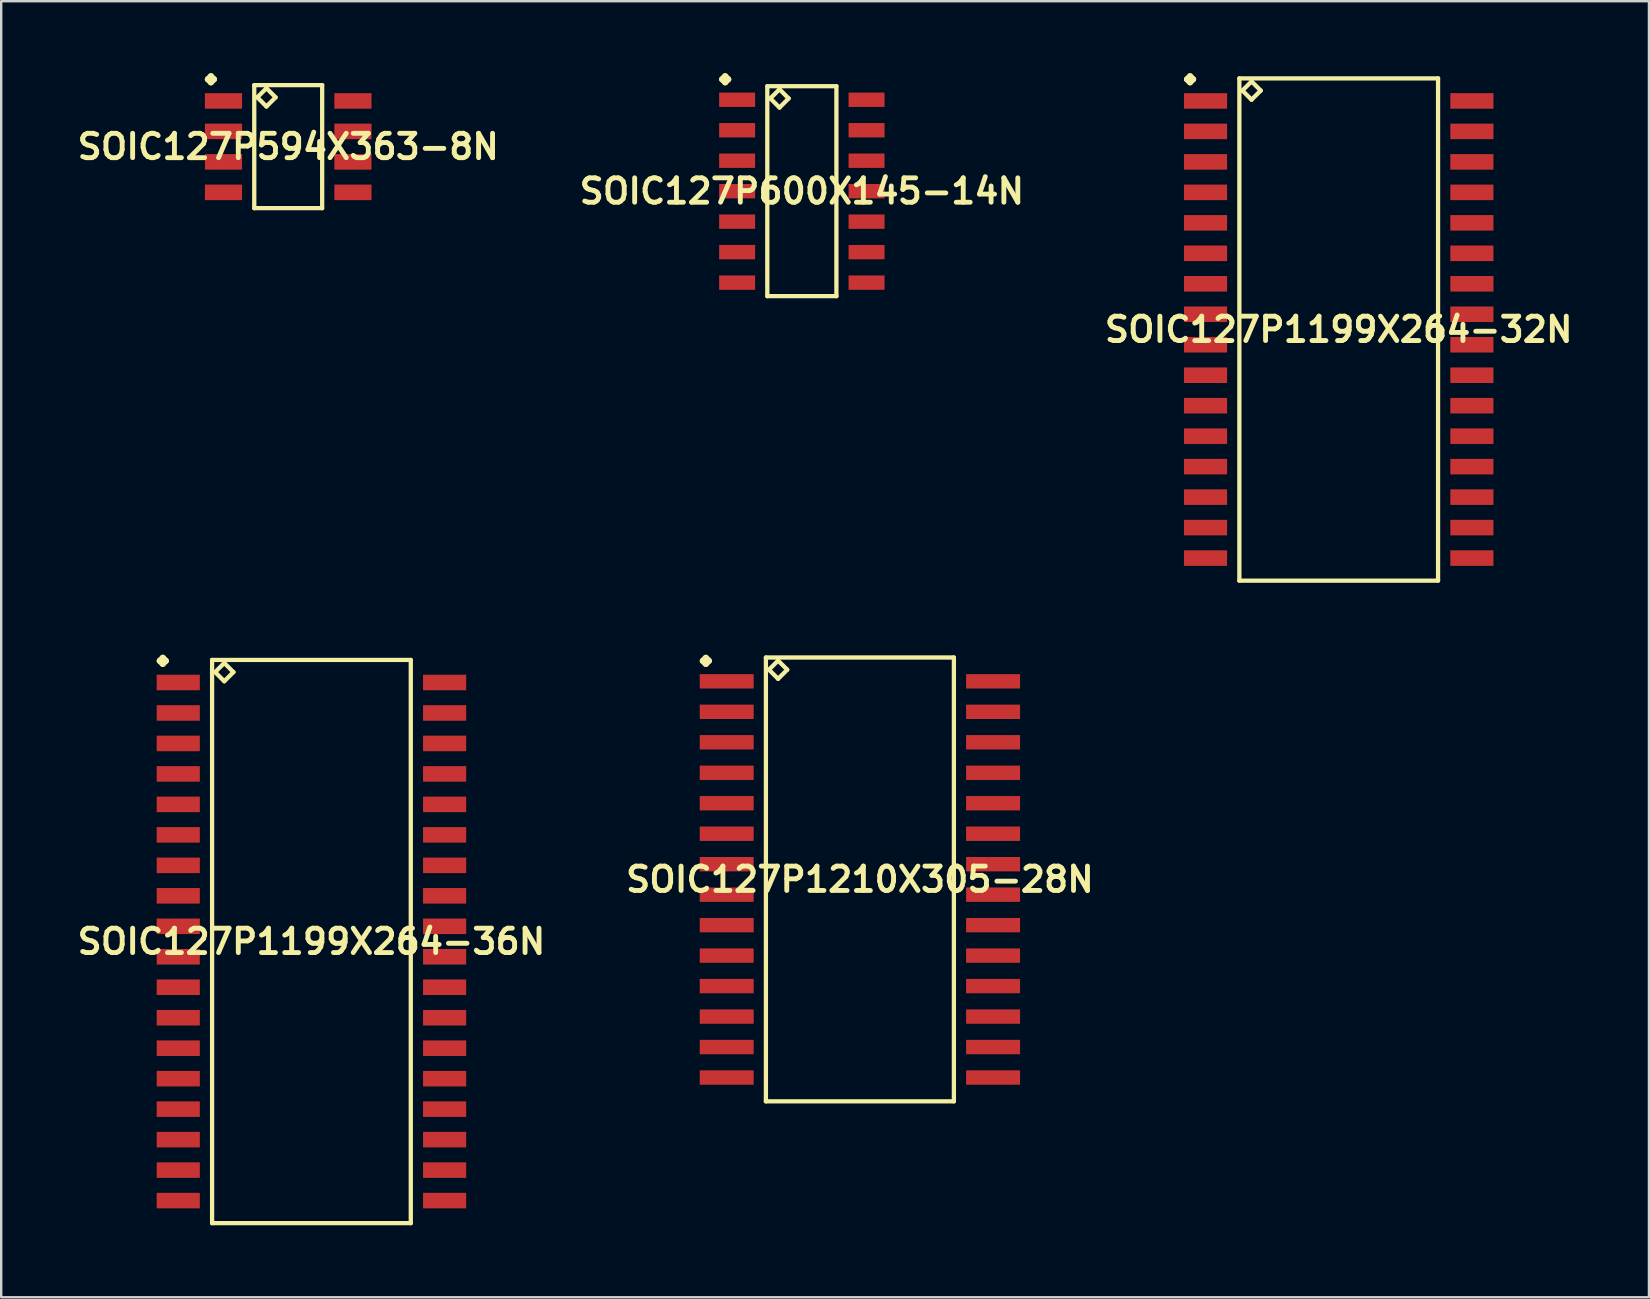
<source format=kicad_pcb>
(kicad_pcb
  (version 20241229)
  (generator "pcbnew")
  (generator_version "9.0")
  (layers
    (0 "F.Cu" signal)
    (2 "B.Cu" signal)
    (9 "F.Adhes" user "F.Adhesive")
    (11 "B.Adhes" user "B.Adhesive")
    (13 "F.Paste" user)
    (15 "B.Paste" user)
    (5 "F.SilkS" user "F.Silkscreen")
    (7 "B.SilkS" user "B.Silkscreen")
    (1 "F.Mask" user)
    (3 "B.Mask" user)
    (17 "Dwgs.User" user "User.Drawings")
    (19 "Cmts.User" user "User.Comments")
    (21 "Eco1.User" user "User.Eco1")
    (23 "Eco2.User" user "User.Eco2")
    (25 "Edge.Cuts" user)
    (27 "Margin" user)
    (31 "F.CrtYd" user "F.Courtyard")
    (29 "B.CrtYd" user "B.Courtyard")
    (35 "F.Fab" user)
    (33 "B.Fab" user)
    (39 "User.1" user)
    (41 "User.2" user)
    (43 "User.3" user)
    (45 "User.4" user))
  (footprint "SOIC127P1199X264-36N"
    (layer "F.Cu")
    (at 9.928 36.185)
    (property "Reference" "SOIC127P1199X264-36N" (at 0 0 0) (layer "F.SilkS") (effects (font (size 1.016 1.016) (thickness 0.203))))
    (attr smd)
    (fp_line (start -6.322 -11.697) (end -6.195 -11.824) (stroke (width 0.254) (type solid)) (layer "F.SilkS"))
    (fp_line (start -6.195 -11.824) (end -6.068 -11.697) (stroke (width 0.254) (type solid)) (layer "F.SilkS"))
    (fp_line (start -6.195 -11.57) (end -6.322 -11.697) (stroke (width 0.254) (type solid)) (layer "F.SilkS"))
    (fp_line (start -6.068 -11.697) (end -6.195 -11.57) (stroke (width 0.254) (type solid)) (layer "F.SilkS"))
    (fp_line (start -4.14 -11.735) (end -4.14 11.735) (stroke (width 0.178) (type solid)) (layer "F.SilkS"))
    (fp_line (start -4.14 11.735) (end 4.14 11.735) (stroke (width 0.178) (type solid)) (layer "F.SilkS"))
    (fp_line (start -4.013 -11.227) (end -3.632 -11.608) (stroke (width 0.178) (type solid)) (layer "F.SilkS"))
    (fp_line (start -3.632 -11.608) (end -3.251 -11.227) (stroke (width 0.178) (type solid)) (layer "F.SilkS"))
    (fp_line (start -3.632 -10.846) (end -4.013 -11.227) (stroke (width 0.178) (type solid)) (layer "F.SilkS"))
    (fp_line (start -3.251 -11.227) (end -3.632 -10.846) (stroke (width 0.178) (type solid)) (layer "F.SilkS"))
    (fp_line (start 4.14 -11.735) (end -4.14 -11.735) (stroke (width 0.178) (type solid)) (layer "F.SilkS"))
    (fp_line (start 4.14 11.735) (end 4.14 -11.735) (stroke (width 0.178) (type solid)) (layer "F.SilkS"))
    (pad "1" smd rect (at -5.55 -10.795) (size 1.798 0.648) (layers "F.Cu" "F.Mask" "F.Paste"))
    (pad "2" smd rect (at -5.55 -9.525) (size 1.798 0.648) (layers "F.Cu" "F.Mask" "F.Paste"))
    (pad "3" smd rect (at -5.55 -8.255) (size 1.798 0.648) (layers "F.Cu" "F.Mask" "F.Paste"))
    (pad "4" smd rect (at -5.55 -6.985) (size 1.798 0.648) (layers "F.Cu" "F.Mask" "F.Paste"))
    (pad "5" smd rect (at -5.55 -5.715) (size 1.798 0.648) (layers "F.Cu" "F.Mask" "F.Paste"))
    (pad "6" smd rect (at -5.55 -4.445) (size 1.798 0.648) (layers "F.Cu" "F.Mask" "F.Paste"))
    (pad "7" smd rect (at -5.55 -3.175) (size 1.798 0.648) (layers "F.Cu" "F.Mask" "F.Paste"))
    (pad "8" smd rect (at -5.55 -1.905) (size 1.798 0.648) (layers "F.Cu" "F.Mask" "F.Paste"))
    (pad "9" smd rect (at -5.55 -0.635) (size 1.798 0.648) (layers "F.Cu" "F.Mask" "F.Paste"))
    (pad "10" smd rect (at -5.55 0.635) (size 1.798 0.648) (layers "F.Cu" "F.Mask" "F.Paste"))
    (pad "11" smd rect (at -5.55 1.905) (size 1.798 0.648) (layers "F.Cu" "F.Mask" "F.Paste"))
    (pad "12" smd rect (at -5.55 3.175) (size 1.798 0.648) (layers "F.Cu" "F.Mask" "F.Paste"))
    (pad "13" smd rect (at -5.55 4.445) (size 1.798 0.648) (layers "F.Cu" "F.Mask" "F.Paste"))
    (pad "14" smd rect (at -5.55 5.715) (size 1.798 0.648) (layers "F.Cu" "F.Mask" "F.Paste"))
    (pad "15" smd rect (at -5.55 6.985) (size 1.798 0.648) (layers "F.Cu" "F.Mask" "F.Paste"))
    (pad "16" smd rect (at -5.55 8.255) (size 1.798 0.648) (layers "F.Cu" "F.Mask" "F.Paste"))
    (pad "17" smd rect (at -5.55 9.525) (size 1.798 0.648) (layers "F.Cu" "F.Mask" "F.Paste"))
    (pad "18" smd rect (at -5.55 10.795) (size 1.798 0.648) (layers "F.Cu" "F.Mask" "F.Paste"))
    (pad "19" smd rect (at 5.55 10.795) (size 1.798 0.648) (layers "F.Cu" "F.Mask" "F.Paste"))
    (pad "20" smd rect (at 5.55 9.525) (size 1.798 0.648) (layers "F.Cu" "F.Mask" "F.Paste"))
    (pad "21" smd rect (at 5.55 8.255) (size 1.798 0.648) (layers "F.Cu" "F.Mask" "F.Paste"))
    (pad "22" smd rect (at 5.55 6.985) (size 1.798 0.648) (layers "F.Cu" "F.Mask" "F.Paste"))
    (pad "23" smd rect (at 5.55 5.715) (size 1.798 0.648) (layers "F.Cu" "F.Mask" "F.Paste"))
    (pad "24" smd rect (at 5.55 4.445) (size 1.798 0.648) (layers "F.Cu" "F.Mask" "F.Paste"))
    (pad "25" smd rect (at 5.55 3.175) (size 1.798 0.648) (layers "F.Cu" "F.Mask" "F.Paste"))
    (pad "26" smd rect (at 5.55 1.905) (size 1.798 0.648) (layers "F.Cu" "F.Mask" "F.Paste"))
    (pad "27" smd rect (at 5.55 0.635) (size 1.798 0.648) (layers "F.Cu" "F.Mask" "F.Paste"))
    (pad "28" smd rect (at 5.55 -0.635) (size 1.798 0.648) (layers "F.Cu" "F.Mask" "F.Paste"))
    (pad "29" smd rect (at 5.55 -1.905) (size 1.798 0.648) (layers "F.Cu" "F.Mask" "F.Paste"))
    (pad "30" smd rect (at 5.55 -3.175) (size 1.798 0.648) (layers "F.Cu" "F.Mask" "F.Paste"))
    (pad "31" smd rect (at 5.55 -4.445) (size 1.798 0.648) (layers "F.Cu" "F.Mask" "F.Paste"))
    (pad "32" smd rect (at 5.55 -5.715) (size 1.798 0.648) (layers "F.Cu" "F.Mask" "F.Paste"))
    (pad "33" smd rect (at 5.55 -6.985) (size 1.798 0.648) (layers "F.Cu" "F.Mask" "F.Paste"))
    (pad "34" smd rect (at 5.55 -8.255) (size 1.798 0.648) (layers "F.Cu" "F.Mask" "F.Paste"))
    (pad "35" smd rect (at 5.55 -9.525) (size 1.798 0.648) (layers "F.Cu" "F.Mask" "F.Paste"))
    (pad "36" smd rect (at 5.55 -10.795) (size 1.798 0.648) (layers "F.Cu" "F.Mask" "F.Paste")))
  (footprint "SOIC127P600X145-14N"
    (layer "F.Cu")
    (at 30.364 4.917)
    (property "Reference" "SOIC127P600X145-14N" (at 0 0 0) (layer "F.SilkS") (effects (font (size 1.016 1.016) (thickness 0.203))))
    (attr smd)
    (fp_line (start -3.322 -4.663) (end -3.195 -4.79) (stroke (width 0.254) (type solid)) (layer "F.SilkS"))
    (fp_line (start -3.195 -4.79) (end -3.068 -4.663) (stroke (width 0.254) (type solid)) (layer "F.SilkS"))
    (fp_line (start -3.195 -4.536) (end -3.322 -4.663) (stroke (width 0.254) (type solid)) (layer "F.SilkS"))
    (fp_line (start -3.068 -4.663) (end -3.195 -4.536) (stroke (width 0.254) (type solid)) (layer "F.SilkS"))
    (fp_line (start -1.44 -4.374) (end -1.44 4.374) (stroke (width 0.178) (type solid)) (layer "F.SilkS"))
    (fp_line (start -1.44 4.374) (end 1.44 4.374) (stroke (width 0.178) (type solid)) (layer "F.SilkS"))
    (fp_line (start -1.313 -3.866) (end -0.932 -4.247) (stroke (width 0.178) (type solid)) (layer "F.SilkS"))
    (fp_line (start -0.932 -4.247) (end -0.551 -3.866) (stroke (width 0.178) (type solid)) (layer "F.SilkS"))
    (fp_line (start -0.932 -3.485) (end -1.313 -3.866) (stroke (width 0.178) (type solid)) (layer "F.SilkS"))
    (fp_line (start -0.551 -3.866) (end -0.932 -3.485) (stroke (width 0.178) (type solid)) (layer "F.SilkS"))
    (fp_line (start 1.44 -4.374) (end -1.44 -4.374) (stroke (width 0.178) (type solid)) (layer "F.SilkS"))
    (fp_line (start 1.44 4.374) (end 1.44 -4.374) (stroke (width 0.178) (type solid)) (layer "F.SilkS"))
    (pad "1" smd rect (at -2.697 -3.81) (size 1.499 0.599) (layers "F.Cu" "F.Mask" "F.Paste"))
    (pad "2" smd rect (at -2.697 -2.54) (size 1.499 0.599) (layers "F.Cu" "F.Mask" "F.Paste"))
    (pad "3" smd rect (at -2.697 -1.27) (size 1.499 0.599) (layers "F.Cu" "F.Mask" "F.Paste"))
    (pad "4" smd rect (at -2.697 0) (size 1.499 0.599) (layers "F.Cu" "F.Mask" "F.Paste"))
    (pad "5" smd rect (at -2.697 1.27) (size 1.499 0.599) (layers "F.Cu" "F.Mask" "F.Paste"))
    (pad "6" smd rect (at -2.697 2.54) (size 1.499 0.599) (layers "F.Cu" "F.Mask" "F.Paste"))
    (pad "7" smd rect (at -2.697 3.81) (size 1.499 0.599) (layers "F.Cu" "F.Mask" "F.Paste"))
    (pad "8" smd rect (at 2.697 3.81) (size 1.499 0.599) (layers "F.Cu" "F.Mask" "F.Paste"))
    (pad "9" smd rect (at 2.697 2.54) (size 1.499 0.599) (layers "F.Cu" "F.Mask" "F.Paste"))
    (pad "10" smd rect (at 2.697 1.27) (size 1.499 0.599) (layers "F.Cu" "F.Mask" "F.Paste"))
    (pad "11" smd rect (at 2.697 0) (size 1.499 0.599) (layers "F.Cu" "F.Mask" "F.Paste"))
    (pad "12" smd rect (at 2.697 -1.27) (size 1.499 0.599) (layers "F.Cu" "F.Mask" "F.Paste"))
    (pad "13" smd rect (at 2.697 -2.54) (size 1.499 0.599) (layers "F.Cu" "F.Mask" "F.Paste"))
    (pad "14" smd rect (at 2.697 -3.81) (size 1.499 0.599) (layers "F.Cu" "F.Mask" "F.Paste")))
  (footprint "SOIC127P1210X305-28N"
    (layer "F.Cu")
    (at 32.783 33.597)
    (property "Reference" "SOIC127P1210X305-28N" (at 0 0 0) (layer "F.SilkS") (effects (font (size 1.016 1.016) (thickness 0.203))))
    (attr smd)
    (fp_line (start -6.546 -9.108) (end -6.419 -9.235) (stroke (width 0.254) (type solid)) (layer "F.SilkS"))
    (fp_line (start -6.419 -9.235) (end -6.292 -9.108) (stroke (width 0.254) (type solid)) (layer "F.SilkS"))
    (fp_line (start -6.419 -8.981) (end -6.546 -9.108) (stroke (width 0.254) (type solid)) (layer "F.SilkS"))
    (fp_line (start -6.292 -9.108) (end -6.419 -8.981) (stroke (width 0.254) (type solid)) (layer "F.SilkS"))
    (fp_line (start -3.917 -9.248) (end -3.917 9.248) (stroke (width 0.178) (type solid)) (layer "F.SilkS"))
    (fp_line (start -3.917 9.248) (end 3.917 9.248) (stroke (width 0.178) (type solid)) (layer "F.SilkS"))
    (fp_line (start -3.79 -8.74) (end -3.409 -9.121) (stroke (width 0.178) (type solid)) (layer "F.SilkS"))
    (fp_line (start -3.409 -9.121) (end -3.028 -8.74) (stroke (width 0.178) (type solid)) (layer "F.SilkS"))
    (fp_line (start -3.409 -8.359) (end -3.79 -8.74) (stroke (width 0.178) (type solid)) (layer "F.SilkS"))
    (fp_line (start -3.028 -8.74) (end -3.409 -8.359) (stroke (width 0.178) (type solid)) (layer "F.SilkS"))
    (fp_line (start 3.917 -9.248) (end -3.917 -9.248) (stroke (width 0.178) (type solid)) (layer "F.SilkS"))
    (fp_line (start 3.917 9.248) (end 3.917 -9.248) (stroke (width 0.178) (type solid)) (layer "F.SilkS"))
    (pad "1" smd rect (at -5.55 -8.255) (size 2.248 0.599) (layers "F.Cu" "F.Mask" "F.Paste"))
    (pad "2" smd rect (at -5.55 -6.985) (size 2.248 0.599) (layers "F.Cu" "F.Mask" "F.Paste"))
    (pad "3" smd rect (at -5.55 -5.715) (size 2.248 0.599) (layers "F.Cu" "F.Mask" "F.Paste"))
    (pad "4" smd rect (at -5.55 -4.445) (size 2.248 0.599) (layers "F.Cu" "F.Mask" "F.Paste"))
    (pad "5" smd rect (at -5.55 -3.175) (size 2.248 0.599) (layers "F.Cu" "F.Mask" "F.Paste"))
    (pad "6" smd rect (at -5.55 -1.905) (size 2.248 0.599) (layers "F.Cu" "F.Mask" "F.Paste"))
    (pad "7" smd rect (at -5.55 -0.635) (size 2.248 0.599) (layers "F.Cu" "F.Mask" "F.Paste"))
    (pad "8" smd rect (at -5.55 0.635) (size 2.248 0.599) (layers "F.Cu" "F.Mask" "F.Paste"))
    (pad "9" smd rect (at -5.55 1.905) (size 2.248 0.599) (layers "F.Cu" "F.Mask" "F.Paste"))
    (pad "10" smd rect (at -5.55 3.175) (size 2.248 0.599) (layers "F.Cu" "F.Mask" "F.Paste"))
    (pad "11" smd rect (at -5.55 4.445) (size 2.248 0.599) (layers "F.Cu" "F.Mask" "F.Paste"))
    (pad "12" smd rect (at -5.55 5.715) (size 2.248 0.599) (layers "F.Cu" "F.Mask" "F.Paste"))
    (pad "13" smd rect (at -5.55 6.985) (size 2.248 0.599) (layers "F.Cu" "F.Mask" "F.Paste"))
    (pad "14" smd rect (at -5.55 8.255) (size 2.248 0.599) (layers "F.Cu" "F.Mask" "F.Paste"))
    (pad "15" smd rect (at 5.55 8.255) (size 2.248 0.599) (layers "F.Cu" "F.Mask" "F.Paste"))
    (pad "16" smd rect (at 5.55 6.985) (size 2.248 0.599) (layers "F.Cu" "F.Mask" "F.Paste"))
    (pad "17" smd rect (at 5.55 5.715) (size 2.248 0.599) (layers "F.Cu" "F.Mask" "F.Paste"))
    (pad "18" smd rect (at 5.55 4.445) (size 2.248 0.599) (layers "F.Cu" "F.Mask" "F.Paste"))
    (pad "19" smd rect (at 5.55 3.175) (size 2.248 0.599) (layers "F.Cu" "F.Mask" "F.Paste"))
    (pad "20" smd rect (at 5.55 1.905) (size 2.248 0.599) (layers "F.Cu" "F.Mask" "F.Paste"))
    (pad "21" smd rect (at 5.55 0.635) (size 2.248 0.599) (layers "F.Cu" "F.Mask" "F.Paste"))
    (pad "22" smd rect (at 5.55 -0.635) (size 2.248 0.599) (layers "F.Cu" "F.Mask" "F.Paste"))
    (pad "23" smd rect (at 5.55 -1.905) (size 2.248 0.599) (layers "F.Cu" "F.Mask" "F.Paste"))
    (pad "24" smd rect (at 5.55 -3.175) (size 2.248 0.599) (layers "F.Cu" "F.Mask" "F.Paste"))
    (pad "25" smd rect (at 5.55 -4.445) (size 2.248 0.599) (layers "F.Cu" "F.Mask" "F.Paste"))
    (pad "26" smd rect (at 5.55 -5.715) (size 2.248 0.599) (layers "F.Cu" "F.Mask" "F.Paste"))
    (pad "27" smd rect (at 5.55 -6.985) (size 2.248 0.599) (layers "F.Cu" "F.Mask" "F.Paste"))
    (pad "28" smd rect (at 5.55 -8.255) (size 2.248 0.599) (layers "F.Cu" "F.Mask" "F.Paste")))
  (footprint "SOIC127P1199X264-32N"
    (layer "F.Cu")
    (at 52.736 10.681)
    (property "Reference" "SOIC127P1199X264-32N" (at 0 0 0) (layer "F.SilkS") (effects (font (size 1.016 1.016) (thickness 0.203))))
    (attr smd)
    (fp_line (start -6.322 -10.427) (end -6.195 -10.554) (stroke (width 0.254) (type solid)) (layer "F.SilkS"))
    (fp_line (start -6.195 -10.554) (end -6.068 -10.427) (stroke (width 0.254) (type solid)) (layer "F.SilkS"))
    (fp_line (start -6.195 -10.3) (end -6.322 -10.427) (stroke (width 0.254) (type solid)) (layer "F.SilkS"))
    (fp_line (start -6.068 -10.427) (end -6.195 -10.3) (stroke (width 0.254) (type solid)) (layer "F.SilkS"))
    (fp_line (start -4.14 -10.465) (end -4.14 10.465) (stroke (width 0.178) (type solid)) (layer "F.SilkS"))
    (fp_line (start -4.14 10.465) (end 4.14 10.465) (stroke (width 0.178) (type solid)) (layer "F.SilkS"))
    (fp_line (start -4.013 -9.957) (end -3.632 -10.338) (stroke (width 0.178) (type solid)) (layer "F.SilkS"))
    (fp_line (start -3.632 -10.338) (end -3.251 -9.957) (stroke (width 0.178) (type solid)) (layer "F.SilkS"))
    (fp_line (start -3.632 -9.576) (end -4.013 -9.957) (stroke (width 0.178) (type solid)) (layer "F.SilkS"))
    (fp_line (start -3.251 -9.957) (end -3.632 -9.576) (stroke (width 0.178) (type solid)) (layer "F.SilkS"))
    (fp_line (start 4.14 -10.465) (end -4.14 -10.465) (stroke (width 0.178) (type solid)) (layer "F.SilkS"))
    (fp_line (start 4.14 10.465) (end 4.14 -10.465) (stroke (width 0.178) (type solid)) (layer "F.SilkS"))
    (pad "1" smd rect (at -5.55 -9.525) (size 1.798 0.648) (layers "F.Cu" "F.Mask" "F.Paste"))
    (pad "2" smd rect (at -5.55 -8.255) (size 1.798 0.648) (layers "F.Cu" "F.Mask" "F.Paste"))
    (pad "3" smd rect (at -5.55 -6.985) (size 1.798 0.648) (layers "F.Cu" "F.Mask" "F.Paste"))
    (pad "4" smd rect (at -5.55 -5.715) (size 1.798 0.648) (layers "F.Cu" "F.Mask" "F.Paste"))
    (pad "5" smd rect (at -5.55 -4.445) (size 1.798 0.648) (layers "F.Cu" "F.Mask" "F.Paste"))
    (pad "6" smd rect (at -5.55 -3.175) (size 1.798 0.648) (layers "F.Cu" "F.Mask" "F.Paste"))
    (pad "7" smd rect (at -5.55 -1.905) (size 1.798 0.648) (layers "F.Cu" "F.Mask" "F.Paste"))
    (pad "8" smd rect (at -5.55 -0.635) (size 1.798 0.648) (layers "F.Cu" "F.Mask" "F.Paste"))
    (pad "9" smd rect (at -5.55 0.635) (size 1.798 0.648) (layers "F.Cu" "F.Mask" "F.Paste"))
    (pad "10" smd rect (at -5.55 1.905) (size 1.798 0.648) (layers "F.Cu" "F.Mask" "F.Paste"))
    (pad "11" smd rect (at -5.55 3.175) (size 1.798 0.648) (layers "F.Cu" "F.Mask" "F.Paste"))
    (pad "12" smd rect (at -5.55 4.445) (size 1.798 0.648) (layers "F.Cu" "F.Mask" "F.Paste"))
    (pad "13" smd rect (at -5.55 5.715) (size 1.798 0.648) (layers "F.Cu" "F.Mask" "F.Paste"))
    (pad "14" smd rect (at -5.55 6.985) (size 1.798 0.648) (layers "F.Cu" "F.Mask" "F.Paste"))
    (pad "15" smd rect (at -5.55 8.255) (size 1.798 0.648) (layers "F.Cu" "F.Mask" "F.Paste"))
    (pad "16" smd rect (at -5.55 9.525) (size 1.798 0.648) (layers "F.Cu" "F.Mask" "F.Paste"))
    (pad "17" smd rect (at 5.55 9.525) (size 1.798 0.648) (layers "F.Cu" "F.Mask" "F.Paste"))
    (pad "18" smd rect (at 5.55 8.255) (size 1.798 0.648) (layers "F.Cu" "F.Mask" "F.Paste"))
    (pad "19" smd rect (at 5.55 6.985) (size 1.798 0.648) (layers "F.Cu" "F.Mask" "F.Paste"))
    (pad "20" smd rect (at 5.55 5.715) (size 1.798 0.648) (layers "F.Cu" "F.Mask" "F.Paste"))
    (pad "21" smd rect (at 5.55 4.445) (size 1.798 0.648) (layers "F.Cu" "F.Mask" "F.Paste"))
    (pad "22" smd rect (at 5.55 3.175) (size 1.798 0.648) (layers "F.Cu" "F.Mask" "F.Paste"))
    (pad "23" smd rect (at 5.55 1.905) (size 1.798 0.648) (layers "F.Cu" "F.Mask" "F.Paste"))
    (pad "24" smd rect (at 5.55 0.635) (size 1.798 0.648) (layers "F.Cu" "F.Mask" "F.Paste"))
    (pad "25" smd rect (at 5.55 -0.635) (size 1.798 0.648) (layers "F.Cu" "F.Mask" "F.Paste"))
    (pad "26" smd rect (at 5.55 -1.905) (size 1.798 0.648) (layers "F.Cu" "F.Mask" "F.Paste"))
    (pad "27" smd rect (at 5.55 -3.175) (size 1.798 0.648) (layers "F.Cu" "F.Mask" "F.Paste"))
    (pad "28" smd rect (at 5.55 -4.445) (size 1.798 0.648) (layers "F.Cu" "F.Mask" "F.Paste"))
    (pad "29" smd rect (at 5.55 -5.715) (size 1.798 0.648) (layers "F.Cu" "F.Mask" "F.Paste"))
    (pad "30" smd rect (at 5.55 -6.985) (size 1.798 0.648) (layers "F.Cu" "F.Mask" "F.Paste"))
    (pad "31" smd rect (at 5.55 -8.255) (size 1.798 0.648) (layers "F.Cu" "F.Mask" "F.Paste"))
    (pad "32" smd rect (at 5.55 -9.525) (size 1.798 0.648) (layers "F.Cu" "F.Mask" "F.Paste")))
  (footprint "SOIC127P594X363-8N"
    (layer "F.Cu")
    (at 8.96 3.061)
    (property "Reference" "SOIC127P594X363-8N" (at 0 0 0) (layer "F.SilkS") (effects (font (size 1.016 1.016) (thickness 0.203))))
    (attr smd)
    (fp_line (start -3.348 -2.807) (end -3.221 -2.934) (stroke (width 0.254) (type solid)) (layer "F.SilkS"))
    (fp_line (start -3.221 -2.934) (end -3.094 -2.807) (stroke (width 0.254) (type solid)) (layer "F.SilkS"))
    (fp_line (start -3.221 -2.68) (end -3.348 -2.807) (stroke (width 0.254) (type solid)) (layer "F.SilkS"))
    (fp_line (start -3.094 -2.807) (end -3.221 -2.68) (stroke (width 0.254) (type solid)) (layer "F.SilkS"))
    (fp_line (start -1.415 -2.563) (end -1.415 2.563) (stroke (width 0.178) (type solid)) (layer "F.SilkS"))
    (fp_line (start -1.415 2.563) (end 1.415 2.563) (stroke (width 0.178) (type solid)) (layer "F.SilkS"))
    (fp_line (start -1.288 -2.055) (end -0.907 -2.436) (stroke (width 0.178) (type solid)) (layer "F.SilkS"))
    (fp_line (start -0.907 -2.436) (end -0.526 -2.055) (stroke (width 0.178) (type solid)) (layer "F.SilkS"))
    (fp_line (start -0.907 -1.674) (end -1.288 -2.055) (stroke (width 0.178) (type solid)) (layer "F.SilkS"))
    (fp_line (start -0.526 -2.055) (end -0.907 -1.674) (stroke (width 0.178) (type solid)) (layer "F.SilkS"))
    (fp_line (start 1.415 -2.563) (end -1.415 -2.563) (stroke (width 0.178) (type solid)) (layer "F.SilkS"))
    (fp_line (start 1.415 2.563) (end 1.415 -2.563) (stroke (width 0.178) (type solid)) (layer "F.SilkS"))
    (pad "1" smd rect (at -2.697 -1.905) (size 1.549 0.648) (layers "F.Cu" "F.Mask" "F.Paste"))
    (pad "2" smd rect (at -2.697 -0.635) (size 1.549 0.648) (layers "F.Cu" "F.Mask" "F.Paste"))
    (pad "3" smd rect (at -2.697 0.635) (size 1.549 0.648) (layers "F.Cu" "F.Mask" "F.Paste"))
    (pad "4" smd rect (at -2.697 1.905) (size 1.549 0.648) (layers "F.Cu" "F.Mask" "F.Paste"))
    (pad "5" smd rect (at 2.697 1.905) (size 1.549 0.648) (layers "F.Cu" "F.Mask" "F.Paste"))
    (pad "6" smd rect (at 2.697 0.635) (size 1.549 0.648) (layers "F.Cu" "F.Mask" "F.Paste"))
    (pad "7" smd rect (at 2.697 -0.635) (size 1.549 0.648) (layers "F.Cu" "F.Mask" "F.Paste"))
    (pad "8" smd rect (at 2.697 -1.905) (size 1.549 0.648) (layers "F.Cu" "F.Mask" "F.Paste")))
  (gr_rect
    (start -3 -3)
    (end 65.664 51.009)
    (stroke (width 0.1) (type default))
    (fill no)
    (layer "Edge.Cuts")))
</source>
